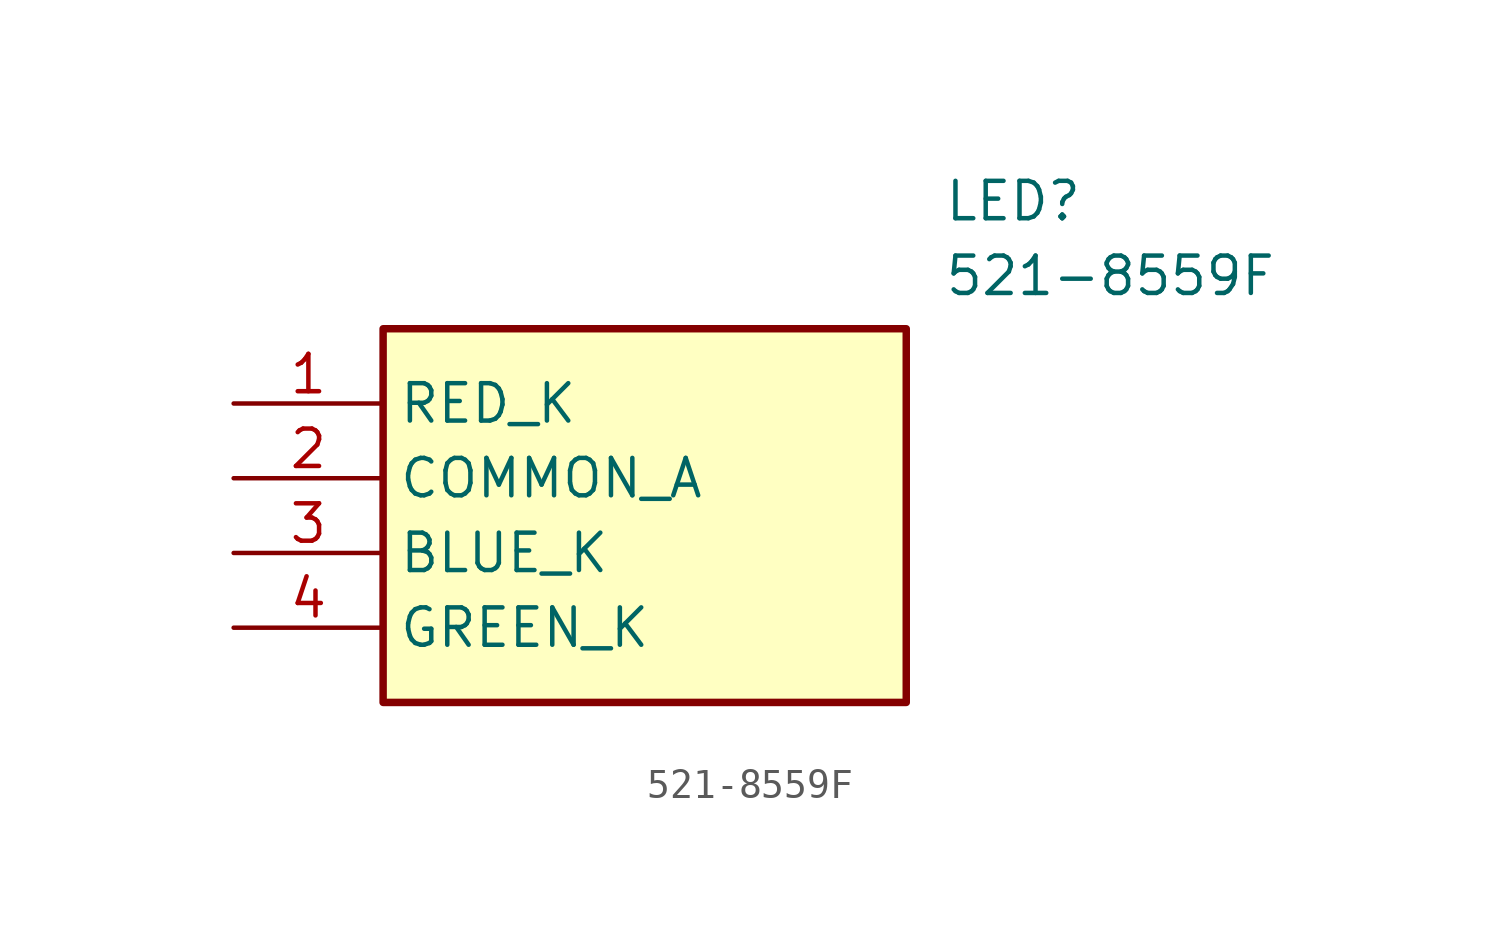
<source format=kicad_sym>
(kicad_symbol_lib
  (version 20211014)
  (generator SamacSys_ECAD_Model)
  (symbol "521-8559F"
    (property "Reference" "LED"
      (at 24.13 7.62 0)
      (effects (font (size 1.27 1.27)) (justify left top)))
    (property "Value" "521-8559F"
      (at 24.13 5.08 0)
      (effects (font (size 1.27 1.27)) (justify left top)))
    (rectangle
      (start 5.08 2.54)
      (end 22.86 -10.16)
      (stroke (width 0.254) (type default))
      (fill (type background)))
    (pin passive line
      (at 0 0 0)
      (length 5.08)
      (name "RED_K" (effects (font (size 1.27 1.27))))
      (number "1" (effects (font (size 1.27 1.27)))))
    (pin passive line
      (at 0 -2.54 0)
      (length 5.08)
      (name "COMMON_A" (effects (font (size 1.27 1.27))))
      (number "2" (effects (font (size 1.27 1.27)))))
    (pin passive line
      (at 0 -5.08 0)
      (length 5.08)
      (name "BLUE_K" (effects (font (size 1.27 1.27))))
      (number "3" (effects (font (size 1.27 1.27)))))
    (pin passive line
      (at 0 -7.62 0)
      (length 5.08)
      (name "GREEN_K" (effects (font (size 1.27 1.27))))
      (number "4" (effects (font (size 1.27 1.27)))))))
</source>
